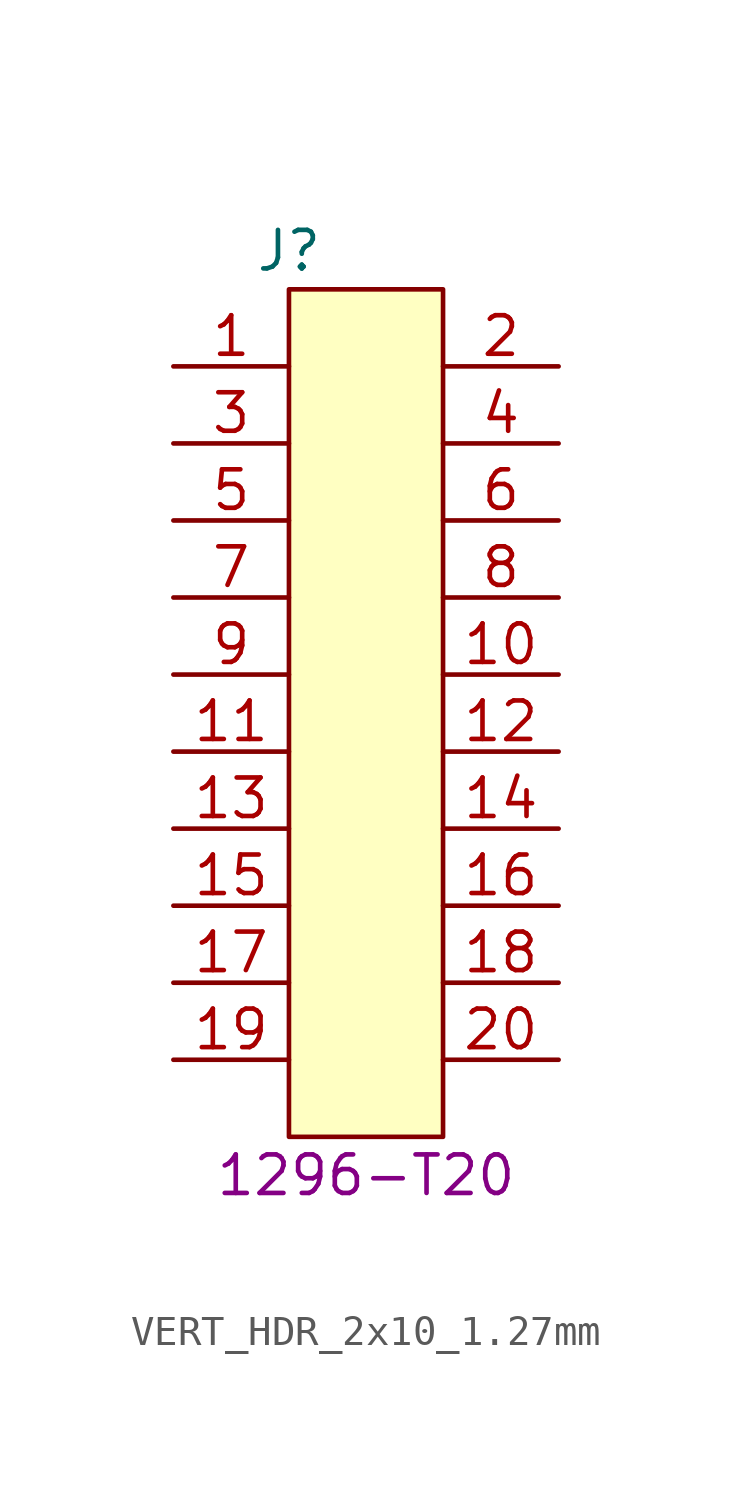
<source format=kicad_sym>
(kicad_symbol_lib
  (version 20231120)
  (generator "kicad_symbol_editor")
  (generator_version "8.0")
  (symbol "VERT_HDR_2x10_1.27mm"
    (property "Reference" "J"
      (at -2.54 3.81 0)
      (effects (font (size 1.27 1.27))))
    (property "Display Value" "1296-T20"
      (at 0 -26.67 0)
      (effects (font (size 1.27 1.27))))
    (symbol "VERT_HDR_2x10_1.27mm_1_1"
      (rectangle (start -2.54 2.54) (end 2.54 -25.4) (stroke (width 0) (type default)) (fill (type background)))
      (pin unspecified line (at -6.35 0 0) (length 3.81) (name "" (effects (font (size 1.27 1.27)))) (number "1" (effects (font (size 1.27 1.27)))))
      (pin unspecified line (at 6.35 -10.16 180) (length 3.81) (name "" (effects (font (size 1.27 1.27)))) (number "10" (effects (font (size 1.27 1.27)))))
      (pin unspecified line (at -6.35 -12.7 0) (length 3.81) (name "" (effects (font (size 1.27 1.27)))) (number "11" (effects (font (size 1.27 1.27)))))
      (pin unspecified line (at 6.35 -12.7 180) (length 3.81) (name "" (effects (font (size 1.27 1.27)))) (number "12" (effects (font (size 1.27 1.27)))))
      (pin unspecified line (at -6.35 -15.24 0) (length 3.81) (name "" (effects (font (size 1.27 1.27)))) (number "13" (effects (font (size 1.27 1.27)))))
      (pin unspecified line (at 6.35 -15.24 180) (length 3.81) (name "" (effects (font (size 1.27 1.27)))) (number "14" (effects (font (size 1.27 1.27)))))
      (pin unspecified line (at -6.35 -17.78 0) (length 3.81) (name "" (effects (font (size 1.27 1.27)))) (number "15" (effects (font (size 1.27 1.27)))))
      (pin unspecified line (at 6.35 -17.78 180) (length 3.81) (name "" (effects (font (size 1.27 1.27)))) (number "16" (effects (font (size 1.27 1.27)))))
      (pin unspecified line (at -6.35 -20.32 0) (length 3.81) (name "" (effects (font (size 1.27 1.27)))) (number "17" (effects (font (size 1.27 1.27)))))
      (pin unspecified line (at 6.35 -20.32 180) (length 3.81) (name "" (effects (font (size 1.27 1.27)))) (number "18" (effects (font (size 1.27 1.27)))))
      (pin unspecified line (at -6.35 -22.86 0) (length 3.81) (name "" (effects (font (size 1.27 1.27)))) (number "19" (effects (font (size 1.27 1.27)))))
      (pin unspecified line (at 6.35 0 180) (length 3.81) (name "" (effects (font (size 1.27 1.27)))) (number "2" (effects (font (size 1.27 1.27)))))
      (pin unspecified line (at 6.35 -22.86 180) (length 3.81) (name "" (effects (font (size 1.27 1.27)))) (number "20" (effects (font (size 1.27 1.27)))))
      (pin unspecified line (at -6.35 -2.54 0) (length 3.81) (name "" (effects (font (size 1.27 1.27)))) (number "3" (effects (font (size 1.27 1.27)))))
      (pin unspecified line (at 6.35 -2.54 180) (length 3.81) (name "" (effects (font (size 1.27 1.27)))) (number "4" (effects (font (size 1.27 1.27)))))
      (pin unspecified line (at -6.35 -5.08 0) (length 3.81) (name "" (effects (font (size 1.27 1.27)))) (number "5" (effects (font (size 1.27 1.27)))))
      (pin unspecified line (at 6.35 -5.08 180) (length 3.81) (name "" (effects (font (size 1.27 1.27)))) (number "6" (effects (font (size 1.27 1.27)))))
      (pin unspecified line (at -6.35 -7.62 0) (length 3.81) (name "" (effects (font (size 1.27 1.27)))) (number "7" (effects (font (size 1.27 1.27)))))
      (pin unspecified line (at 6.35 -7.62 180) (length 3.81) (name "" (effects (font (size 1.27 1.27)))) (number "8" (effects (font (size 1.27 1.27)))))
      (pin unspecified line (at -6.35 -10.16 0) (length 3.81) (name "" (effects (font (size 1.27 1.27)))) (number "9" (effects (font (size 1.27 1.27))))))))
</source>
